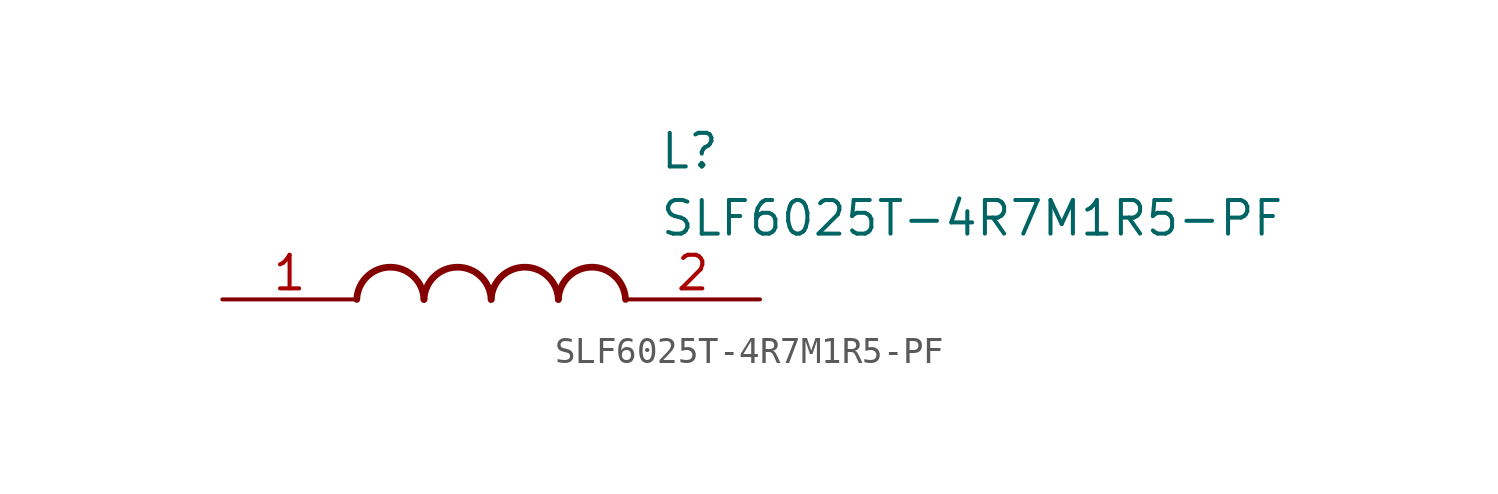
<source format=kicad_sym>
(kicad_symbol_lib
  (version 20211014)
  (generator SamacSys_ECAD_Model)
  (symbol "SLF6025T-4R7M1R5-PF"
    (pin_names hide)
    (property "Reference" "L"
      (at 16.51 6.35 0)
      (effects (font (size 1.27 1.27)) (justify left top)))
    (property "Value" "SLF6025T-4R7M1R5-PF"
      (at 16.51 3.81 0)
      (effects (font (size 1.27 1.27)) (justify left top)))
    (arc
      (start 7.62 0)
      (mid 6.35 1.219)
      (end 5.08 0)
      (stroke (width 0.254) (type default))
      (fill (type none)))
    (arc
      (start 10.16 0)
      (mid 8.89 1.219)
      (end 7.62 0)
      (stroke (width 0.254) (type default))
      (fill (type none)))
    (arc
      (start 12.7 0)
      (mid 11.43 1.219)
      (end 10.16 0)
      (stroke (width 0.254) (type default))
      (fill (type none)))
    (arc
      (start 15.24 0)
      (mid 13.97 1.219)
      (end 12.7 0)
      (stroke (width 0.254) (type default))
      (fill (type none)))
    (pin passive line
      (at 0 0 0)
      (length 5.08)
      (name "1" (effects (font (size 1.27 1.27))))
      (number "1" (effects (font (size 1.27 1.27)))))
    (pin passive line
      (at 20.32 0 180)
      (length 5.08)
      (name "2" (effects (font (size 1.27 1.27))))
      (number "2" (effects (font (size 1.27 1.27)))))))
</source>
